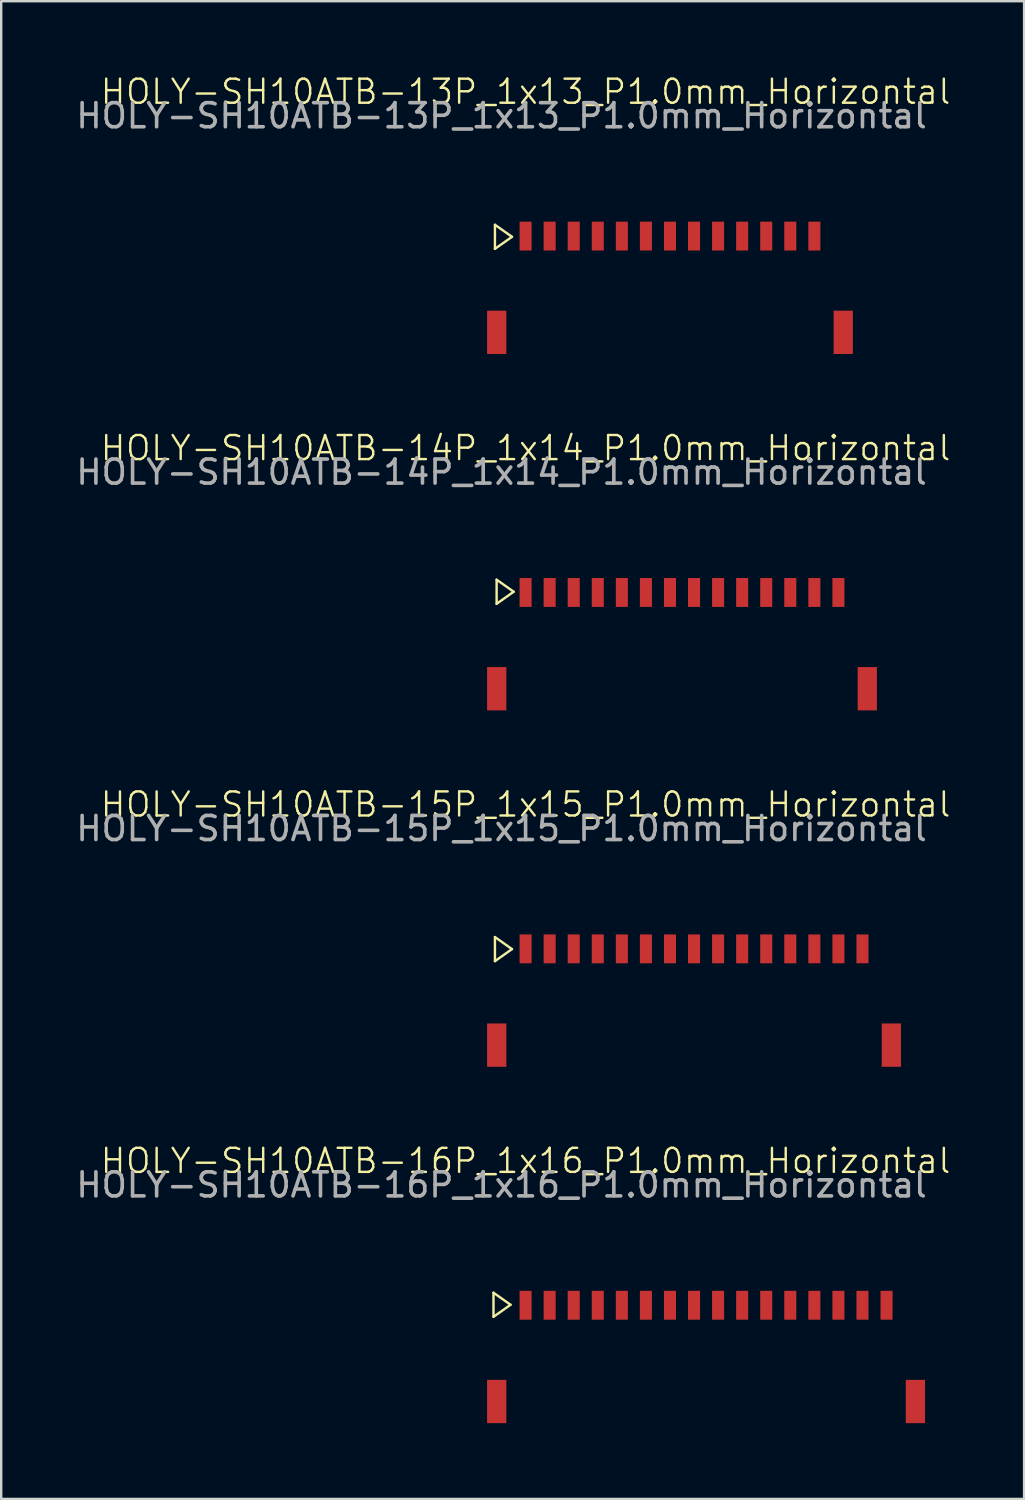
<source format=kicad_pcb>
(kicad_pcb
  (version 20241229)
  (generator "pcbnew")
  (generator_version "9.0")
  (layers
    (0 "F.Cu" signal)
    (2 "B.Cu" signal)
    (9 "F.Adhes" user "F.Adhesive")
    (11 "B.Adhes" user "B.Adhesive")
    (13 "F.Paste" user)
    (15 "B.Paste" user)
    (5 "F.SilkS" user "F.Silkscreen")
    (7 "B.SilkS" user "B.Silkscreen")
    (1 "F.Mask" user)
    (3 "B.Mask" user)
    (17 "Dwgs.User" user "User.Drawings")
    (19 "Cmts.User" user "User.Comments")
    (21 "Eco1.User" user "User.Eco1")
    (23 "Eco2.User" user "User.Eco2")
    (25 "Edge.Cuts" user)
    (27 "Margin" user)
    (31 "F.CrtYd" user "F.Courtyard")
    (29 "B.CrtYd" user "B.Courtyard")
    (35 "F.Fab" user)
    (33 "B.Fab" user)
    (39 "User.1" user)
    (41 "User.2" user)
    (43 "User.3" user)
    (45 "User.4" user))
  (footprint "HOLY-SH10ATB-14P_1x14_P1.0mm_Horizontal"
    (layer "F.Cu")
    (at 31.792 21.571)
    (property "Reference" "HOLY-SH10ATB-14P_1x14_P1.0mm_Horizontal" (at -13 -6 0) (unlocked yes) (layer "F.SilkS") (effects (font (size 1 1) (thickness 0.1))))
    (attr smd)
    (fp_line (start -14.204 -0.53) (end -14.204 0.47) (stroke (width 0.1) (type solid)) (layer "F.SilkS"))
    (fp_line (start -14.204 -0.53) (end -13.496 -0.03) (stroke (width 0.1) (type solid)) (layer "F.SilkS"))
    (fp_line (start -13.496 -0.03) (end -14.204 0.47) (stroke (width 0.1) (type solid)) (layer "F.SilkS"))
    (fp_rect (start -15 -1) (end 2 5) (stroke (width 0.1) (type default)) (fill no) (layer "Margin"))
    (fp_text user "${REFERENCE}" (at -14 -5 0) (unlocked yes) (layer "F.Fab") (effects (font (size 1 1) (thickness 0.15))))
    (pad "1" smd rect (at -13 0) (size 0.5 1.2) (layers "F.Cu" "F.Mask" "F.Paste"))
    (pad "2" smd rect (at -12 0) (size 0.5 1.2) (layers "F.Cu" "F.Mask" "F.Paste"))
    (pad "3" smd rect (at -11 0) (size 0.5 1.2) (layers "F.Cu" "F.Mask" "F.Paste"))
    (pad "4" smd rect (at -10 0) (size 0.5 1.2) (layers "F.Cu" "F.Mask" "F.Paste"))
    (pad "5" smd rect (at -9 0) (size 0.5 1.2) (layers "F.Cu" "F.Mask" "F.Paste"))
    (pad "6" smd rect (at -8 0) (size 0.5 1.2) (layers "F.Cu" "F.Mask" "F.Paste"))
    (pad "7" smd rect (at -7 0) (size 0.5 1.2) (layers "F.Cu" "F.Mask" "F.Paste"))
    (pad "8" smd rect (at -6 0) (size 0.5 1.2) (layers "F.Cu" "F.Mask" "F.Paste"))
    (pad "9" smd rect (at -5 0) (size 0.5 1.2) (layers "F.Cu" "F.Mask" "F.Paste"))
    (pad "10" smd rect (at -4 0) (size 0.5 1.2) (layers "F.Cu" "F.Mask" "F.Paste"))
    (pad "11" smd rect (at -3 0) (size 0.5 1.2) (layers "F.Cu" "F.Mask" "F.Paste"))
    (pad "12" smd rect (at -2 0) (size 0.5 1.2) (layers "F.Cu" "F.Mask" "F.Paste"))
    (pad "13" smd rect (at -1 0) (size 0.5 1.2) (layers "F.Cu" "F.Mask" "F.Paste"))
    (pad "14" smd rect (at 0 0) (size 0.5 1.2) (layers "F.Cu" "F.Mask" "F.Paste"))
    (pad "MP" smd rect (at -14.2 4) (size 0.8 1.8) (layers "F.Cu" "F.Mask" "F.Paste"))
    (pad "MP" smd rect (at 1.2 4) (size 0.8 1.8) (layers "F.Cu" "F.Mask" "F.Paste")))
  (footprint "HOLY-SH10ATB-16P_1x16_P1.0mm_Horizontal"
    (layer "F.Cu")
    (at 33.792 51.192)
    (property "Reference" "HOLY-SH10ATB-16P_1x16_P1.0mm_Horizontal" (at -15 -6 0) (unlocked yes) (layer "F.SilkS") (effects (font (size 1 1) (thickness 0.1))))
    (attr smd)
    (fp_line (start -16.334 -0.52) (end -16.334 0.48) (stroke (width 0.1) (type solid)) (layer "F.SilkS"))
    (fp_line (start -16.334 -0.52) (end -15.626 -0.02) (stroke (width 0.1) (type solid)) (layer "F.SilkS"))
    (fp_line (start -15.626 -0.02) (end -16.334 0.48) (stroke (width 0.1) (type solid)) (layer "F.SilkS"))
    (fp_rect (start -17 -1) (end 2 5) (stroke (width 0.1) (type default)) (fill no) (layer "Margin"))
    (fp_text user "${REFERENCE}" (at -16 -5 0) (unlocked yes) (layer "F.Fab") (effects (font (size 1 1) (thickness 0.15))))
    (pad "1" smd rect (at -15 0) (size 0.5 1.2) (layers "F.Cu" "F.Mask" "F.Paste"))
    (pad "2" smd rect (at -14 0) (size 0.5 1.2) (layers "F.Cu" "F.Mask" "F.Paste"))
    (pad "3" smd rect (at -13 0) (size 0.5 1.2) (layers "F.Cu" "F.Mask" "F.Paste"))
    (pad "4" smd rect (at -12 0) (size 0.5 1.2) (layers "F.Cu" "F.Mask" "F.Paste"))
    (pad "5" smd rect (at -11 0) (size 0.5 1.2) (layers "F.Cu" "F.Mask" "F.Paste"))
    (pad "6" smd rect (at -10 0) (size 0.5 1.2) (layers "F.Cu" "F.Mask" "F.Paste"))
    (pad "7" smd rect (at -9 0) (size 0.5 1.2) (layers "F.Cu" "F.Mask" "F.Paste"))
    (pad "8" smd rect (at -8 0) (size 0.5 1.2) (layers "F.Cu" "F.Mask" "F.Paste"))
    (pad "9" smd rect (at -7 0) (size 0.5 1.2) (layers "F.Cu" "F.Mask" "F.Paste"))
    (pad "10" smd rect (at -6 0) (size 0.5 1.2) (layers "F.Cu" "F.Mask" "F.Paste"))
    (pad "11" smd rect (at -5 0) (size 0.5 1.2) (layers "F.Cu" "F.Mask" "F.Paste"))
    (pad "12" smd rect (at -4 0) (size 0.5 1.2) (layers "F.Cu" "F.Mask" "F.Paste"))
    (pad "13" smd rect (at -3 0) (size 0.5 1.2) (layers "F.Cu" "F.Mask" "F.Paste"))
    (pad "14" smd rect (at -2 0) (size 0.5 1.2) (layers "F.Cu" "F.Mask" "F.Paste"))
    (pad "15" smd rect (at -1 0) (size 0.5 1.2) (layers "F.Cu" "F.Mask" "F.Paste"))
    (pad "16" smd rect (at 0 0) (size 0.5 1.2) (layers "F.Cu" "F.Mask" "F.Paste"))
    (pad "MP" smd rect (at -16.2 4) (size 0.8 1.8) (layers "F.Cu" "F.Mask" "F.Paste"))
    (pad "MP" smd rect (at 1.2 4) (size 0.8 1.8) (layers "F.Cu" "F.Mask" "F.Paste")))
  (footprint "HOLY-SH10ATB-15P_1x15_P1.0mm_Horizontal"
    (layer "F.Cu")
    (at 32.792 36.382)
    (property "Reference" "HOLY-SH10ATB-15P_1x15_P1.0mm_Horizontal" (at -14 -6 0) (unlocked yes) (layer "F.SilkS") (effects (font (size 1 1) (thickness 0.1))))
    (attr smd)
    (fp_line (start -15.274 -0.49) (end -15.274 0.51) (stroke (width 0.1) (type solid)) (layer "F.SilkS"))
    (fp_line (start -15.274 -0.49) (end -14.566 0.01) (stroke (width 0.1) (type solid)) (layer "F.SilkS"))
    (fp_line (start -14.566 0.01) (end -15.274 0.51) (stroke (width 0.1) (type solid)) (layer "F.SilkS"))
    (fp_rect (start -16 -1) (end 2 5) (stroke (width 0.1) (type default)) (fill no) (layer "Margin"))
    (fp_text user "${REFERENCE}" (at -15 -5 0) (unlocked yes) (layer "F.Fab") (effects (font (size 1 1) (thickness 0.15))))
    (pad "1" smd rect (at -14 0) (size 0.5 1.2) (layers "F.Cu" "F.Mask" "F.Paste"))
    (pad "2" smd rect (at -13 0) (size 0.5 1.2) (layers "F.Cu" "F.Mask" "F.Paste"))
    (pad "3" smd rect (at -12 0) (size 0.5 1.2) (layers "F.Cu" "F.Mask" "F.Paste"))
    (pad "4" smd rect (at -11 0) (size 0.5 1.2) (layers "F.Cu" "F.Mask" "F.Paste"))
    (pad "5" smd rect (at -10 0) (size 0.5 1.2) (layers "F.Cu" "F.Mask" "F.Paste"))
    (pad "6" smd rect (at -9 0) (size 0.5 1.2) (layers "F.Cu" "F.Mask" "F.Paste"))
    (pad "7" smd rect (at -8 0) (size 0.5 1.2) (layers "F.Cu" "F.Mask" "F.Paste"))
    (pad "8" smd rect (at -7 0) (size 0.5 1.2) (layers "F.Cu" "F.Mask" "F.Paste"))
    (pad "9" smd rect (at -6 0) (size 0.5 1.2) (layers "F.Cu" "F.Mask" "F.Paste"))
    (pad "10" smd rect (at -5 0) (size 0.5 1.2) (layers "F.Cu" "F.Mask" "F.Paste"))
    (pad "11" smd rect (at -4 0) (size 0.5 1.2) (layers "F.Cu" "F.Mask" "F.Paste"))
    (pad "12" smd rect (at -3 0) (size 0.5 1.2) (layers "F.Cu" "F.Mask" "F.Paste"))
    (pad "13" smd rect (at -2 0) (size 0.5 1.2) (layers "F.Cu" "F.Mask" "F.Paste"))
    (pad "14" smd rect (at -1 0) (size 0.5 1.2) (layers "F.Cu" "F.Mask" "F.Paste"))
    (pad "15" smd rect (at 0 0) (size 0.5 1.2) (layers "F.Cu" "F.Mask" "F.Paste"))
    (pad "MP" smd rect (at -15.2 4) (size 0.8 1.8) (layers "F.Cu" "F.Mask" "F.Paste"))
    (pad "MP" smd rect (at 1.2 4) (size 0.8 1.8) (layers "F.Cu" "F.Mask" "F.Paste")))
  (footprint "HOLY-SH10ATB-13P_1x13_P1.0mm_Horizontal"
    (layer "F.Cu")
    (at 30.792 6.761)
    (property "Reference" "HOLY-SH10ATB-13P_1x13_P1.0mm_Horizontal" (at -12 -6 0) (unlocked yes) (layer "F.SilkS") (effects (font (size 1 1) (thickness 0.1))))
    (attr smd)
    (fp_line (start -13.274 -0.47) (end -13.274 0.53) (stroke (width 0.1) (type solid)) (layer "F.SilkS"))
    (fp_line (start -13.274 -0.47) (end -12.566 0.03) (stroke (width 0.1) (type solid)) (layer "F.SilkS"))
    (fp_line (start -12.566 0.03) (end -13.274 0.53) (stroke (width 0.1) (type solid)) (layer "F.SilkS"))
    (fp_rect (start -14 -1) (end 2 5) (stroke (width 0.1) (type default)) (fill no) (layer "Margin"))
    (fp_text user "${REFERENCE}" (at -13 -5 0) (unlocked yes) (layer "F.Fab") (effects (font (size 1 1) (thickness 0.15))))
    (pad "1" smd rect (at -12 0) (size 0.5 1.2) (layers "F.Cu" "F.Mask" "F.Paste"))
    (pad "2" smd rect (at -11 0) (size 0.5 1.2) (layers "F.Cu" "F.Mask" "F.Paste"))
    (pad "3" smd rect (at -10 0) (size 0.5 1.2) (layers "F.Cu" "F.Mask" "F.Paste"))
    (pad "4" smd rect (at -9 0) (size 0.5 1.2) (layers "F.Cu" "F.Mask" "F.Paste"))
    (pad "5" smd rect (at -8 0) (size 0.5 1.2) (layers "F.Cu" "F.Mask" "F.Paste"))
    (pad "6" smd rect (at -7 0) (size 0.5 1.2) (layers "F.Cu" "F.Mask" "F.Paste"))
    (pad "7" smd rect (at -6 0) (size 0.5 1.2) (layers "F.Cu" "F.Mask" "F.Paste"))
    (pad "8" smd rect (at -5 0) (size 0.5 1.2) (layers "F.Cu" "F.Mask" "F.Paste"))
    (pad "9" smd rect (at -4 0) (size 0.5 1.2) (layers "F.Cu" "F.Mask" "F.Paste"))
    (pad "10" smd rect (at -3 0) (size 0.5 1.2) (layers "F.Cu" "F.Mask" "F.Paste"))
    (pad "11" smd rect (at -2 0) (size 0.5 1.2) (layers "F.Cu" "F.Mask" "F.Paste"))
    (pad "12" smd rect (at -1 0) (size 0.5 1.2) (layers "F.Cu" "F.Mask" "F.Paste"))
    (pad "13" smd rect (at 0 0) (size 0.5 1.2) (layers "F.Cu" "F.Mask" "F.Paste"))
    (pad "MP" smd rect (at -13.2 4) (size 0.8 1.8) (layers "F.Cu" "F.Mask" "F.Paste"))
    (pad "MP" smd rect (at 1.2 4) (size 0.8 1.8) (layers "F.Cu" "F.Mask" "F.Paste")))
  (gr_rect
    (start -3 -3)
    (end 39.508 59.242)
    (stroke (width 0.1) (type default))
    (fill no)
    (layer "Edge.Cuts")))
</source>
